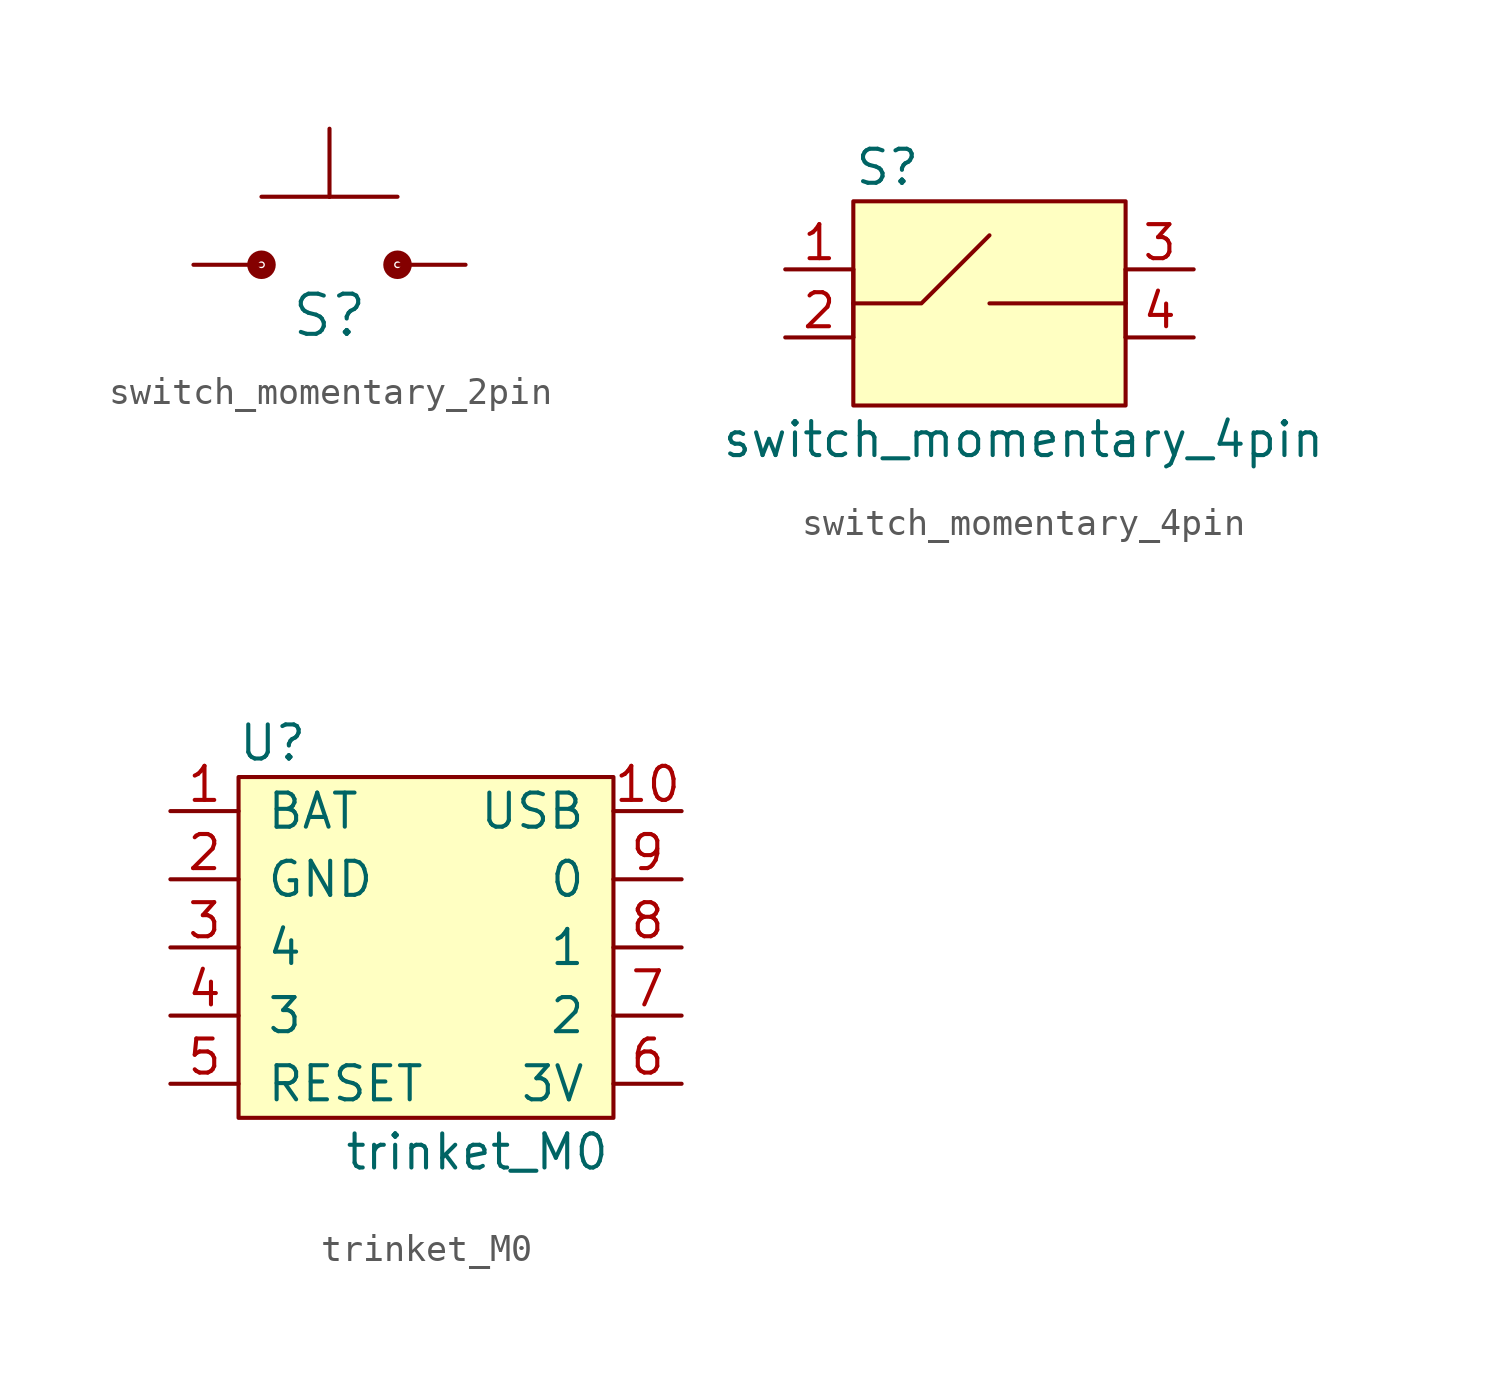
<source format=kicad_sym>
(kicad_symbol_lib
  (version 20220914)
  (generator kicad_symbol_editor)
  (symbol "switch_momentary_2pin"
    (pin_names
      (offset 1.016))
    (property "Reference" "S"
      (at 0 -1.016 0)
      (effects (font (size 1.499 1.499)) (justify top)))
    (symbol "switch_momentary_2pin_1_0"
      (circle (center -2.54 0) (radius 0.127) (stroke (width 0.406) (type default)) (fill (type none)))
      (polyline (pts (xy -2.54 2.54) (xy 0 2.54)) (stroke (width 0) (type default)) (fill (type none)))
      (polyline (pts (xy 0 2.54) (xy 0 5.08)) (stroke (width 0) (type default)) (fill (type none)))
      (polyline (pts (xy 0 2.54) (xy 2.54 2.54)) (stroke (width 0) (type default)) (fill (type none)))
      (circle (center 2.54 0) (radius 0.127) (stroke (width 0.406) (type default)) (fill (type none)))
      (pin bidirectional line (at -5.08 0 0) (length 2.54) (name "1" (effects (font (size 0 0)))) (number "1" (effects (font (size 0 0)))))
      (pin bidirectional line (at 5.08 0 180) (length 2.54) (name "2" (effects (font (size 0 0)))) (number "2" (effects (font (size 0 0)))))))
  (symbol "switch_momentary_4pin"
    (pin_names
      (offset 1.016) hide)
    (property "Reference" "S"
      (at -3.81 5.08 0)
      (effects (font (size 1.27 1.27))))
    (property "Value" "switch_momentary_4pin"
      (at 1.27 -5.08 0)
      (effects (font (size 1.27 1.27))))
    (symbol "switch_momentary_4pin_0_1"
      (rectangle (start -5.08 3.81) (end 5.08 -3.81) (stroke (width 0) (type default)) (fill (type background)))
      (polyline (pts (xy -5.08 -1.27) (xy -5.08 1.27)) (stroke (width 0) (type default)) (fill (type none)))
      (polyline (pts (xy 0 0) (xy 5.08 0)) (stroke (width 0) (type default)) (fill (type none)))
      (polyline (pts (xy 5.08 -1.27) (xy 5.08 1.27)) (stroke (width 0) (type default)) (fill (type none)))
      (polyline (pts (xy -5.08 0) (xy -2.54 0) (xy 0 2.54)) (stroke (width 0) (type default)) (fill (type none))))
    (symbol "switch_momentary_4pin_1_1"
      (pin bidirectional line (at -7.62 1.27 0) (length 2.54) (name "in1" (effects (font (size 1.27 1.27)))) (number "1" (effects (font (size 1.27 1.27)))))
      (pin bidirectional line (at -7.62 -1.27 0) (length 2.54) (name "in2" (effects (font (size 1.27 1.27)))) (number "2" (effects (font (size 1.27 1.27)))))
      (pin bidirectional line (at 7.62 1.27 180) (length 2.54) (name "out1" (effects (font (size 1.27 1.27)))) (number "3" (effects (font (size 1.27 1.27)))))
      (pin bidirectional line (at 7.62 -1.27 180) (length 2.54) (name "out2" (effects (font (size 1.27 1.27)))) (number "4" (effects (font (size 1.27 1.27)))))))
  (symbol "trinket_M0"
    (pin_names
      (offset 1.016))
    (property "Reference" "U"
      (at -6.35 7.62 0)
      (effects (font (size 1.27 1.27))))
    (property "Value" "trinket_M0"
      (at 1.27 -7.62 0)
      (effects (font (size 1.27 1.27))))
    (symbol "trinket_M0_0_0"
      (pin power_out line (at -10.16 5.08 0) (length 2.54) (name "BAT" (effects (font (size 1.27 1.27)))) (number "1" (effects (font (size 1.27 1.27)))))
      (pin power_out line (at 8.89 5.08 180) (length 2.54) (name "USB" (effects (font (size 1.27 1.27)))) (number "10" (effects (font (size 1.27 1.27)))))
      (pin power_out line (at -10.16 2.54 0) (length 2.54) (name "GND" (effects (font (size 1.27 1.27)))) (number "2" (effects (font (size 1.27 1.27)))))
      (pin bidirectional line (at -10.16 0 0) (length 2.54) (name "4" (effects (font (size 1.27 1.27)))) (number "3" (effects (font (size 1.27 1.27)))))
      (pin tri_state line (at -10.16 -2.54 0) (length 2.54) (name "3" (effects (font (size 1.27 1.27)))) (number "4" (effects (font (size 1.27 1.27)))))
      (pin input line (at -10.16 -5.08 0) (length 2.54) (name "RESET" (effects (font (size 1.27 1.27)))) (number "5" (effects (font (size 1.27 1.27)))))
      (pin power_out line (at 8.89 -5.08 180) (length 2.54) (name "3V" (effects (font (size 1.27 1.27)))) (number "6" (effects (font (size 1.27 1.27)))))
      (pin bidirectional line (at 8.89 -2.54 180) (length 2.54) (name "2" (effects (font (size 1.27 1.27)))) (number "7" (effects (font (size 1.27 1.27)))))
      (pin bidirectional line (at 8.89 0 180) (length 2.54) (name "1" (effects (font (size 1.27 1.27)))) (number "8" (effects (font (size 1.27 1.27)))))
      (pin bidirectional line (at 8.89 2.54 180) (length 2.54) (name "0" (effects (font (size 1.27 1.27)))) (number "9" (effects (font (size 1.27 1.27))))))
    (symbol "trinket_M0_0_1"
      (rectangle (start -7.62 6.35) (end 6.35 -6.35) (stroke (width 0) (type default)) (fill (type background))))))
</source>
